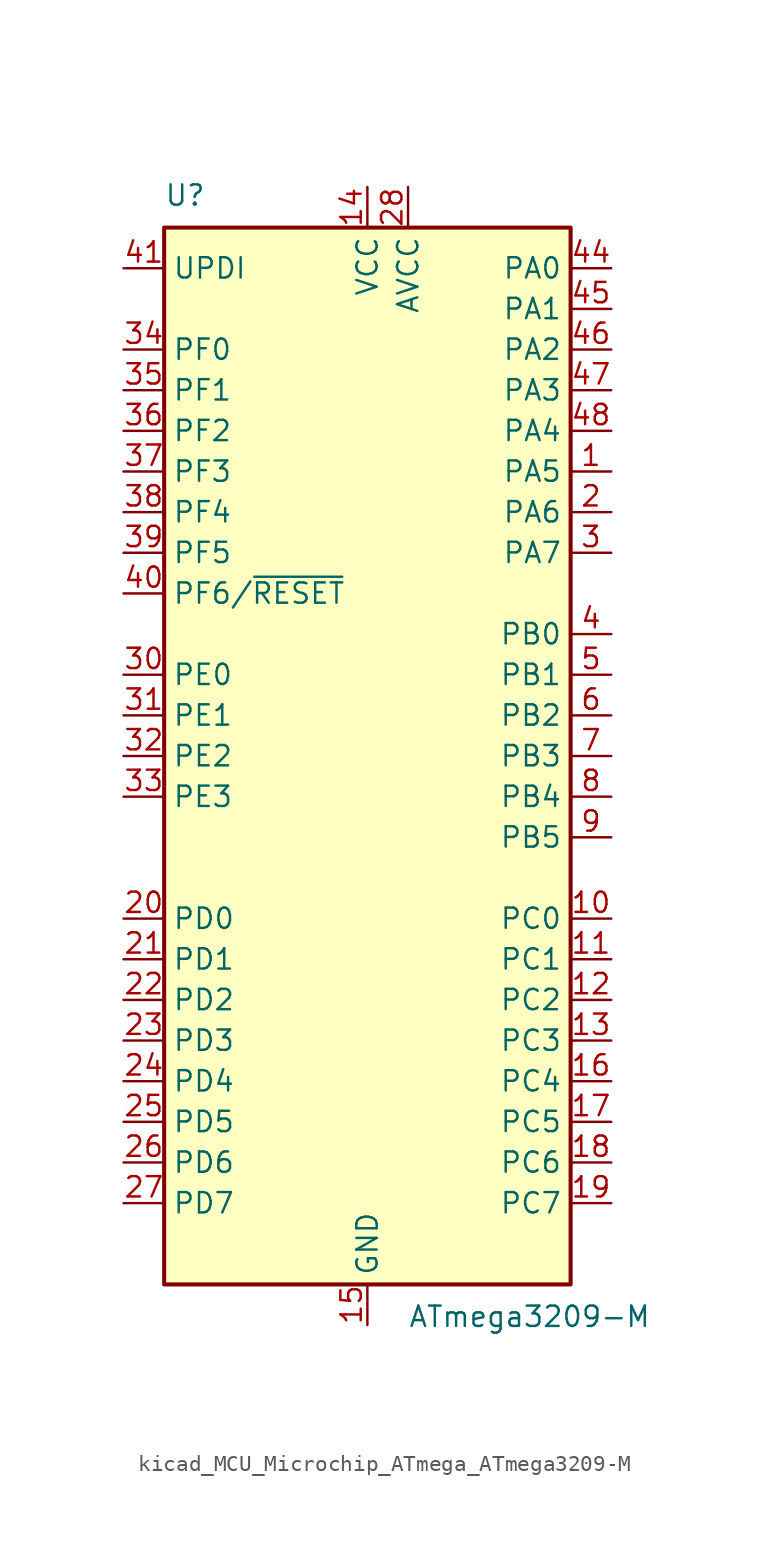
<source format=kicad_sym>
(kicad_symbol_lib
  (version 20220914)
  (generator kicad_symbol_editor)
  (symbol "kicad_MCU_Microchip_ATmega_ATmega3209-M"
    (property "Reference" "U"
      (at -12.7 34.29 0)
      (effects (font (size 1.27 1.27)) (justify left bottom)))
    (property "Value" "ATmega3209-M"
      (at 2.54 -34.29 0)
      (effects (font (size 1.27 1.27)) (justify left top)))
    (symbol "kicad_MCU_Microchip_ATmega_ATmega3209-M_0_1"
      (rectangle (start -12.7 -33.02) (end 12.7 33.02) (stroke (width 0.254) (type default)) (fill (type background))))
    (symbol "kicad_MCU_Microchip_ATmega_ATmega3209-M_1_1"
      (pin bidirectional line (at 15.24 17.78 180) (length 2.54) (name "PA5" (effects (font (size 1.27 1.27)))) (number "1" (effects (font (size 1.27 1.27)))))
      (pin bidirectional line (at 15.24 -10.16 180) (length 2.54) (name "PC0" (effects (font (size 1.27 1.27)))) (number "10" (effects (font (size 1.27 1.27)))))
      (pin bidirectional line (at 15.24 -12.7 180) (length 2.54) (name "PC1" (effects (font (size 1.27 1.27)))) (number "11" (effects (font (size 1.27 1.27)))))
      (pin bidirectional line (at 15.24 -15.24 180) (length 2.54) (name "PC2" (effects (font (size 1.27 1.27)))) (number "12" (effects (font (size 1.27 1.27)))))
      (pin bidirectional line (at 15.24 -17.78 180) (length 2.54) (name "PC3" (effects (font (size 1.27 1.27)))) (number "13" (effects (font (size 1.27 1.27)))))
      (pin power_in line (at 0 35.56 270) (length 2.54) (name "VCC" (effects (font (size 1.27 1.27)))) (number "14" (effects (font (size 1.27 1.27)))))
      (pin power_in line (at 0 -35.56 90) (length 2.54) (name "GND" (effects (font (size 1.27 1.27)))) (number "15" (effects (font (size 1.27 1.27)))))
      (pin bidirectional line (at 15.24 -20.32 180) (length 2.54) (name "PC4" (effects (font (size 1.27 1.27)))) (number "16" (effects (font (size 1.27 1.27)))))
      (pin bidirectional line (at 15.24 -22.86 180) (length 2.54) (name "PC5" (effects (font (size 1.27 1.27)))) (number "17" (effects (font (size 1.27 1.27)))))
      (pin bidirectional line (at 15.24 -25.4 180) (length 2.54) (name "PC6" (effects (font (size 1.27 1.27)))) (number "18" (effects (font (size 1.27 1.27)))))
      (pin bidirectional line (at 15.24 -27.94 180) (length 2.54) (name "PC7" (effects (font (size 1.27 1.27)))) (number "19" (effects (font (size 1.27 1.27)))))
      (pin bidirectional line (at 15.24 15.24 180) (length 2.54) (name "PA6" (effects (font (size 1.27 1.27)))) (number "2" (effects (font (size 1.27 1.27)))))
      (pin bidirectional line (at -15.24 -10.16 0) (length 2.54) (name "PD0" (effects (font (size 1.27 1.27)))) (number "20" (effects (font (size 1.27 1.27)))))
      (pin bidirectional line (at -15.24 -12.7 0) (length 2.54) (name "PD1" (effects (font (size 1.27 1.27)))) (number "21" (effects (font (size 1.27 1.27)))))
      (pin bidirectional line (at -15.24 -15.24 0) (length 2.54) (name "PD2" (effects (font (size 1.27 1.27)))) (number "22" (effects (font (size 1.27 1.27)))))
      (pin bidirectional line (at -15.24 -17.78 0) (length 2.54) (name "PD3" (effects (font (size 1.27 1.27)))) (number "23" (effects (font (size 1.27 1.27)))))
      (pin bidirectional line (at -15.24 -20.32 0) (length 2.54) (name "PD4" (effects (font (size 1.27 1.27)))) (number "24" (effects (font (size 1.27 1.27)))))
      (pin bidirectional line (at -15.24 -22.86 0) (length 2.54) (name "PD5" (effects (font (size 1.27 1.27)))) (number "25" (effects (font (size 1.27 1.27)))))
      (pin bidirectional line (at -15.24 -25.4 0) (length 2.54) (name "PD6" (effects (font (size 1.27 1.27)))) (number "26" (effects (font (size 1.27 1.27)))))
      (pin bidirectional line (at -15.24 -27.94 0) (length 2.54) (name "PD7" (effects (font (size 1.27 1.27)))) (number "27" (effects (font (size 1.27 1.27)))))
      (pin power_in line (at 2.54 35.56 270) (length 2.54) (name "AVCC" (effects (font (size 1.27 1.27)))) (number "28" (effects (font (size 1.27 1.27)))))
      (pin passive line (at 0 -35.56 90) (length 2.54) hide (name "GND" (effects (font (size 1.27 1.27)))) (number "29" (effects (font (size 1.27 1.27)))))
      (pin bidirectional line (at 15.24 12.7 180) (length 2.54) (name "PA7" (effects (font (size 1.27 1.27)))) (number "3" (effects (font (size 1.27 1.27)))))
      (pin bidirectional line (at -15.24 5.08 0) (length 2.54) (name "PE0" (effects (font (size 1.27 1.27)))) (number "30" (effects (font (size 1.27 1.27)))))
      (pin bidirectional line (at -15.24 2.54 0) (length 2.54) (name "PE1" (effects (font (size 1.27 1.27)))) (number "31" (effects (font (size 1.27 1.27)))))
      (pin bidirectional line (at -15.24 0 0) (length 2.54) (name "PE2" (effects (font (size 1.27 1.27)))) (number "32" (effects (font (size 1.27 1.27)))))
      (pin bidirectional line (at -15.24 -2.54 0) (length 2.54) (name "PE3" (effects (font (size 1.27 1.27)))) (number "33" (effects (font (size 1.27 1.27)))))
      (pin bidirectional line (at -15.24 25.4 0) (length 2.54) (name "PF0" (effects (font (size 1.27 1.27)))) (number "34" (effects (font (size 1.27 1.27)))))
      (pin bidirectional line (at -15.24 22.86 0) (length 2.54) (name "PF1" (effects (font (size 1.27 1.27)))) (number "35" (effects (font (size 1.27 1.27)))))
      (pin bidirectional line (at -15.24 20.32 0) (length 2.54) (name "PF2" (effects (font (size 1.27 1.27)))) (number "36" (effects (font (size 1.27 1.27)))))
      (pin bidirectional line (at -15.24 17.78 0) (length 2.54) (name "PF3" (effects (font (size 1.27 1.27)))) (number "37" (effects (font (size 1.27 1.27)))))
      (pin bidirectional line (at -15.24 15.24 0) (length 2.54) (name "PF4" (effects (font (size 1.27 1.27)))) (number "38" (effects (font (size 1.27 1.27)))))
      (pin bidirectional line (at -15.24 12.7 0) (length 2.54) (name "PF5" (effects (font (size 1.27 1.27)))) (number "39" (effects (font (size 1.27 1.27)))))
      (pin bidirectional line (at 15.24 7.62 180) (length 2.54) (name "PB0" (effects (font (size 1.27 1.27)))) (number "4" (effects (font (size 1.27 1.27)))))
      (pin bidirectional line (at -15.24 10.16 0) (length 2.54) (name "PF6/~{RESET}" (effects (font (size 1.27 1.27)))) (number "40" (effects (font (size 1.27 1.27)))))
      (pin bidirectional line (at -15.24 30.48 0) (length 2.54) (name "UPDI" (effects (font (size 1.27 1.27)))) (number "41" (effects (font (size 1.27 1.27)))))
      (pin passive line (at 0 35.56 270) (length 2.54) hide (name "VCC" (effects (font (size 1.27 1.27)))) (number "42" (effects (font (size 1.27 1.27)))))
      (pin passive line (at 0 -35.56 90) (length 2.54) hide (name "GND" (effects (font (size 1.27 1.27)))) (number "43" (effects (font (size 1.27 1.27)))))
      (pin bidirectional line (at 15.24 30.48 180) (length 2.54) (name "PA0" (effects (font (size 1.27 1.27)))) (number "44" (effects (font (size 1.27 1.27)))))
      (pin bidirectional line (at 15.24 27.94 180) (length 2.54) (name "PA1" (effects (font (size 1.27 1.27)))) (number "45" (effects (font (size 1.27 1.27)))))
      (pin bidirectional line (at 15.24 25.4 180) (length 2.54) (name "PA2" (effects (font (size 1.27 1.27)))) (number "46" (effects (font (size 1.27 1.27)))))
      (pin bidirectional line (at 15.24 22.86 180) (length 2.54) (name "PA3" (effects (font (size 1.27 1.27)))) (number "47" (effects (font (size 1.27 1.27)))))
      (pin bidirectional line (at 15.24 20.32 180) (length 2.54) (name "PA4" (effects (font (size 1.27 1.27)))) (number "48" (effects (font (size 1.27 1.27)))))
      (pin passive line (at 0 -35.56 90) (length 2.54) hide (name "GND" (effects (font (size 1.27 1.27)))) (number "49" (effects (font (size 1.27 1.27)))))
      (pin bidirectional line (at 15.24 5.08 180) (length 2.54) (name "PB1" (effects (font (size 1.27 1.27)))) (number "5" (effects (font (size 1.27 1.27)))))
      (pin bidirectional line (at 15.24 2.54 180) (length 2.54) (name "PB2" (effects (font (size 1.27 1.27)))) (number "6" (effects (font (size 1.27 1.27)))))
      (pin bidirectional line (at 15.24 0 180) (length 2.54) (name "PB3" (effects (font (size 1.27 1.27)))) (number "7" (effects (font (size 1.27 1.27)))))
      (pin bidirectional line (at 15.24 -2.54 180) (length 2.54) (name "PB4" (effects (font (size 1.27 1.27)))) (number "8" (effects (font (size 1.27 1.27)))))
      (pin bidirectional line (at 15.24 -5.08 180) (length 2.54) (name "PB5" (effects (font (size 1.27 1.27)))) (number "9" (effects (font (size 1.27 1.27))))))))
</source>
